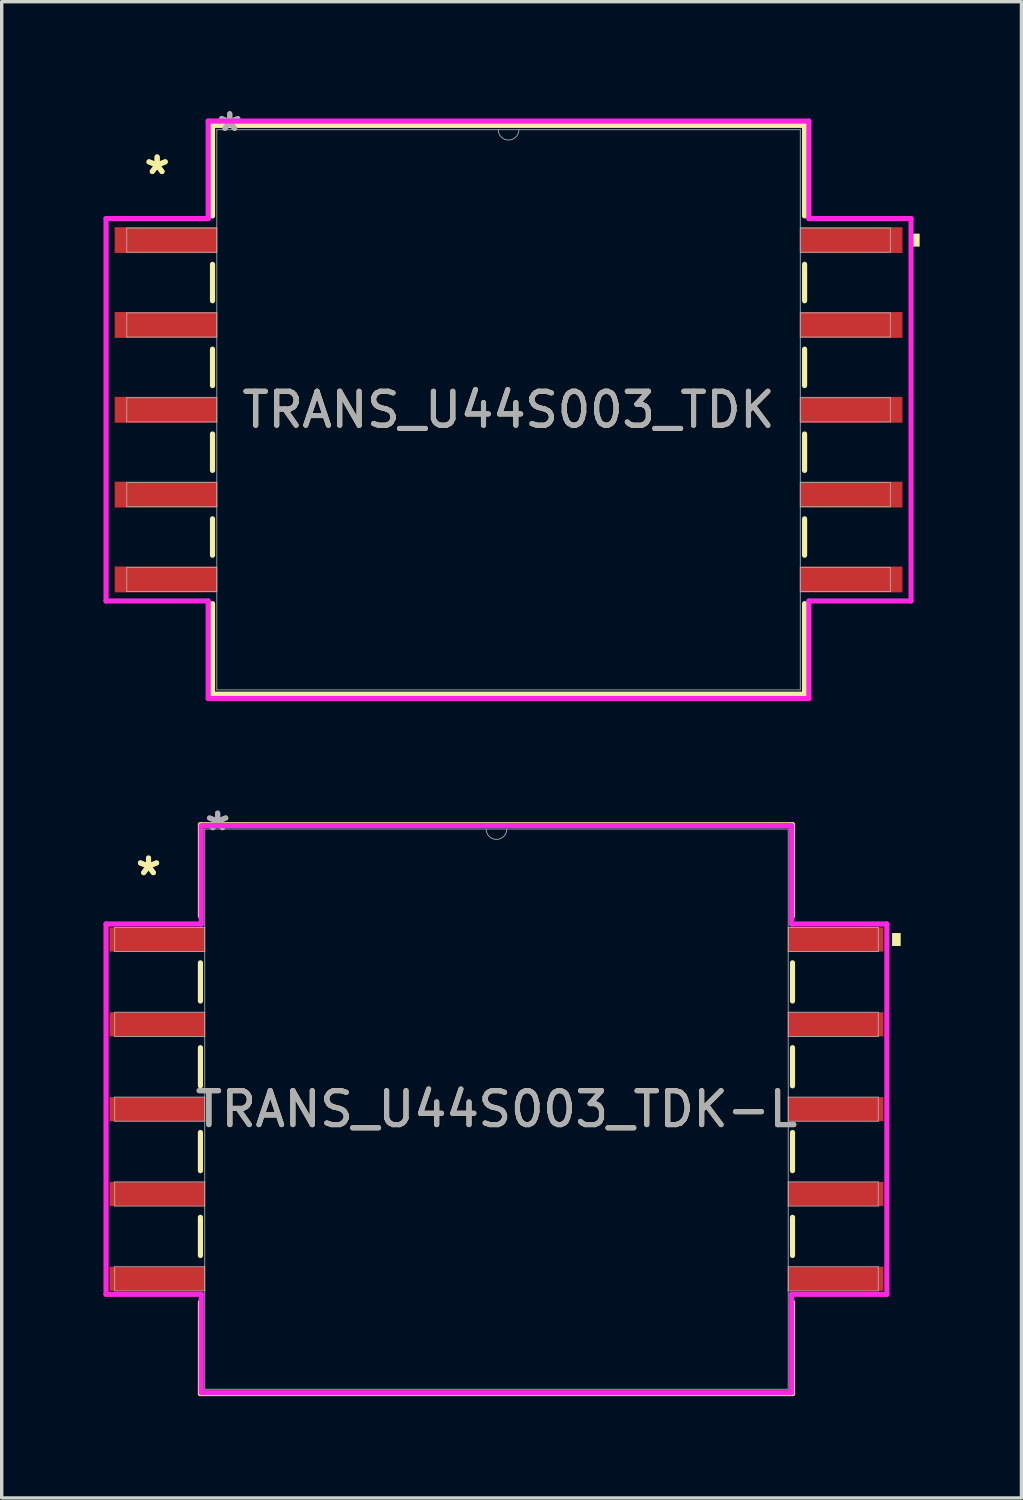
<source format=kicad_pcb>
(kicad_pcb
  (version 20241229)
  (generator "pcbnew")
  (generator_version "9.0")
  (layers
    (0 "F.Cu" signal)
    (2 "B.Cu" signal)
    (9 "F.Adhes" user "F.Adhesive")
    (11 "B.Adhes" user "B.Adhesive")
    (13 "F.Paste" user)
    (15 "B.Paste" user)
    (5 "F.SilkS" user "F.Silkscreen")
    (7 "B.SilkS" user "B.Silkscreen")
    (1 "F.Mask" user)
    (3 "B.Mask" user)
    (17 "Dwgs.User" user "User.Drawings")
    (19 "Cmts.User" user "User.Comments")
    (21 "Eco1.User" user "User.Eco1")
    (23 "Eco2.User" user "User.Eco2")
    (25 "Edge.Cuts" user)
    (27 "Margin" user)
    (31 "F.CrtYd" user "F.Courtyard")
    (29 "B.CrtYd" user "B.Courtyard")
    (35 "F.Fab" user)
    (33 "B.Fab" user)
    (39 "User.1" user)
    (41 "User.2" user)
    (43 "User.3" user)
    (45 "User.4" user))
  (footprint "TRANS_U44S003_TDK-L"
    (layer "F.Cu")
    (at 11.582 29.639)
    (property "Reference" "TRANS_U44S003_TDK-L" (at 0 0 0) (unlocked yes) (layer "F.SilkS") (effects (font (size 1 1) (thickness 0.15))))
    (attr smd)
    (fp_line (start -8.725 -8.382) (end -8.725 -5.688) (stroke (width 0.152) (type solid)) (layer "F.SilkS"))
    (fp_line (start -8.725 -4.312) (end -8.725 -3.188) (stroke (width 0.152) (type solid)) (layer "F.SilkS"))
    (fp_line (start -8.725 -1.812) (end -8.725 -0.688) (stroke (width 0.152) (type solid)) (layer "F.SilkS"))
    (fp_line (start -8.725 0.688) (end -8.725 1.812) (stroke (width 0.152) (type solid)) (layer "F.SilkS"))
    (fp_line (start -8.725 3.188) (end -8.725 4.312) (stroke (width 0.152) (type solid)) (layer "F.SilkS"))
    (fp_line (start -8.725 5.688) (end -8.725 8.382) (stroke (width 0.152) (type solid)) (layer "F.SilkS"))
    (fp_line (start -8.725 8.382) (end 8.725 8.382) (stroke (width 0.152) (type solid)) (layer "F.SilkS"))
    (fp_line (start 8.725 -8.382) (end -8.725 -8.382) (stroke (width 0.152) (type solid)) (layer "F.SilkS"))
    (fp_line (start 8.725 -5.688) (end 8.725 -8.382) (stroke (width 0.152) (type solid)) (layer "F.SilkS"))
    (fp_line (start 8.725 -3.188) (end 8.725 -4.312) (stroke (width 0.152) (type solid)) (layer "F.SilkS"))
    (fp_line (start 8.725 -0.688) (end 8.725 -1.812) (stroke (width 0.152) (type solid)) (layer "F.SilkS"))
    (fp_line (start 8.725 1.812) (end 8.725 0.688) (stroke (width 0.152) (type solid)) (layer "F.SilkS"))
    (fp_line (start 8.725 4.312) (end 8.725 3.188) (stroke (width 0.152) (type solid)) (layer "F.SilkS"))
    (fp_line (start 8.725 8.382) (end 8.725 5.688) (stroke (width 0.152) (type solid)) (layer "F.SilkS"))
    (fp_poly (pts (xy 11.913 -5.191) (xy 11.913 -4.809) (xy 11.659 -4.809) (xy 11.659 -5.191)) (stroke (width 0) (type solid)) (fill yes) (layer "F.SilkS"))
    (fp_line (start -11.506 -5.457) (end -8.7 -5.457) (stroke (width 0.152) (type solid)) (layer "F.CrtYd"))
    (fp_line (start -11.506 5.457) (end -11.506 -5.457) (stroke (width 0.152) (type solid)) (layer "F.CrtYd"))
    (fp_line (start -11.506 5.457) (end -8.7 5.457) (stroke (width 0.152) (type solid)) (layer "F.CrtYd"))
    (fp_line (start -8.7 -8.357) (end 8.7 -8.357) (stroke (width 0.152) (type solid)) (layer "F.CrtYd"))
    (fp_line (start -8.7 -5.457) (end -8.7 -8.357) (stroke (width 0.152) (type solid)) (layer "F.CrtYd"))
    (fp_line (start -8.7 8.357) (end -8.7 5.457) (stroke (width 0.152) (type solid)) (layer "F.CrtYd"))
    (fp_line (start 8.7 -8.357) (end 8.7 -5.457) (stroke (width 0.152) (type solid)) (layer "F.CrtYd"))
    (fp_line (start 8.7 5.457) (end 8.7 8.357) (stroke (width 0.152) (type solid)) (layer "F.CrtYd"))
    (fp_line (start 8.7 8.357) (end -8.7 8.357) (stroke (width 0.152) (type solid)) (layer "F.CrtYd"))
    (fp_line (start 11.506 -5.457) (end 8.7 -5.457) (stroke (width 0.152) (type solid)) (layer "F.CrtYd"))
    (fp_line (start 11.506 -5.457) (end 11.506 5.457) (stroke (width 0.152) (type solid)) (layer "F.CrtYd"))
    (fp_line (start 11.506 5.457) (end 8.7 5.457) (stroke (width 0.152) (type solid)) (layer "F.CrtYd"))
    (fp_line (start -11.252 -5.356) (end -11.252 -4.644) (stroke (width 0.025) (type solid)) (layer "F.Fab"))
    (fp_line (start -11.252 -4.644) (end -8.598 -4.644) (stroke (width 0.025) (type solid)) (layer "F.Fab"))
    (fp_line (start -11.252 -2.856) (end -11.252 -2.144) (stroke (width 0.025) (type solid)) (layer "F.Fab"))
    (fp_line (start -11.252 -2.144) (end -8.598 -2.144) (stroke (width 0.025) (type solid)) (layer "F.Fab"))
    (fp_line (start -11.252 -0.356) (end -11.252 0.356) (stroke (width 0.025) (type solid)) (layer "F.Fab"))
    (fp_line (start -11.252 0.356) (end -8.598 0.356) (stroke (width 0.025) (type solid)) (layer "F.Fab"))
    (fp_line (start -11.252 2.144) (end -11.252 2.856) (stroke (width 0.025) (type solid)) (layer "F.Fab"))
    (fp_line (start -11.252 2.856) (end -8.598 2.856) (stroke (width 0.025) (type solid)) (layer "F.Fab"))
    (fp_line (start -11.252 4.644) (end -11.252 5.356) (stroke (width 0.025) (type solid)) (layer "F.Fab"))
    (fp_line (start -11.252 5.356) (end -8.598 5.356) (stroke (width 0.025) (type solid)) (layer "F.Fab"))
    (fp_line (start -8.598 -8.255) (end -8.598 8.255) (stroke (width 0.025) (type solid)) (layer "F.Fab"))
    (fp_line (start -8.598 -5.356) (end -11.252 -5.356) (stroke (width 0.025) (type solid)) (layer "F.Fab"))
    (fp_line (start -8.598 -4.644) (end -8.598 -5.356) (stroke (width 0.025) (type solid)) (layer "F.Fab"))
    (fp_line (start -8.598 -2.856) (end -11.252 -2.856) (stroke (width 0.025) (type solid)) (layer "F.Fab"))
    (fp_line (start -8.598 -2.144) (end -8.598 -2.856) (stroke (width 0.025) (type solid)) (layer "F.Fab"))
    (fp_line (start -8.598 -0.356) (end -11.252 -0.356) (stroke (width 0.025) (type solid)) (layer "F.Fab"))
    (fp_line (start -8.598 0.356) (end -8.598 -0.356) (stroke (width 0.025) (type solid)) (layer "F.Fab"))
    (fp_line (start -8.598 2.144) (end -11.252 2.144) (stroke (width 0.025) (type solid)) (layer "F.Fab"))
    (fp_line (start -8.598 2.856) (end -8.598 2.144) (stroke (width 0.025) (type solid)) (layer "F.Fab"))
    (fp_line (start -8.598 4.644) (end -11.252 4.644) (stroke (width 0.025) (type solid)) (layer "F.Fab"))
    (fp_line (start -8.598 5.356) (end -8.598 4.644) (stroke (width 0.025) (type solid)) (layer "F.Fab"))
    (fp_line (start -8.598 8.255) (end 8.598 8.255) (stroke (width 0.025) (type solid)) (layer "F.Fab"))
    (fp_line (start 8.598 -8.255) (end -8.598 -8.255) (stroke (width 0.025) (type solid)) (layer "F.Fab"))
    (fp_line (start 8.598 -5.356) (end 8.598 -4.644) (stroke (width 0.025) (type solid)) (layer "F.Fab"))
    (fp_line (start 8.598 -4.644) (end 11.252 -4.644) (stroke (width 0.025) (type solid)) (layer "F.Fab"))
    (fp_line (start 8.598 -2.856) (end 8.598 -2.144) (stroke (width 0.025) (type solid)) (layer "F.Fab"))
    (fp_line (start 8.598 -2.144) (end 11.252 -2.144) (stroke (width 0.025) (type solid)) (layer "F.Fab"))
    (fp_line (start 8.598 -0.356) (end 8.598 0.356) (stroke (width 0.025) (type solid)) (layer "F.Fab"))
    (fp_line (start 8.598 0.356) (end 11.252 0.356) (stroke (width 0.025) (type solid)) (layer "F.Fab"))
    (fp_line (start 8.598 2.144) (end 8.598 2.856) (stroke (width 0.025) (type solid)) (layer "F.Fab"))
    (fp_line (start 8.598 2.856) (end 11.252 2.856) (stroke (width 0.025) (type solid)) (layer "F.Fab"))
    (fp_line (start 8.598 4.644) (end 8.598 5.356) (stroke (width 0.025) (type solid)) (layer "F.Fab"))
    (fp_line (start 8.598 5.356) (end 11.252 5.356) (stroke (width 0.025) (type solid)) (layer "F.Fab"))
    (fp_line (start 8.598 8.255) (end 8.598 -8.255) (stroke (width 0.025) (type solid)) (layer "F.Fab"))
    (fp_line (start 11.252 -5.356) (end 8.598 -5.356) (stroke (width 0.025) (type solid)) (layer "F.Fab"))
    (fp_line (start 11.252 -4.644) (end 11.252 -5.356) (stroke (width 0.025) (type solid)) (layer "F.Fab"))
    (fp_line (start 11.252 -2.856) (end 8.598 -2.856) (stroke (width 0.025) (type solid)) (layer "F.Fab"))
    (fp_line (start 11.252 -2.144) (end 11.252 -2.856) (stroke (width 0.025) (type solid)) (layer "F.Fab"))
    (fp_line (start 11.252 -0.356) (end 8.598 -0.356) (stroke (width 0.025) (type solid)) (layer "F.Fab"))
    (fp_line (start 11.252 0.356) (end 11.252 -0.356) (stroke (width 0.025) (type solid)) (layer "F.Fab"))
    (fp_line (start 11.252 2.144) (end 8.598 2.144) (stroke (width 0.025) (type solid)) (layer "F.Fab"))
    (fp_line (start 11.252 2.856) (end 11.252 2.144) (stroke (width 0.025) (type solid)) (layer "F.Fab"))
    (fp_line (start 11.252 4.644) (end 8.598 4.644) (stroke (width 0.025) (type solid)) (layer "F.Fab"))
    (fp_line (start 11.252 5.356) (end 11.252 4.644) (stroke (width 0.025) (type solid)) (layer "F.Fab"))
    (fp_arc (start 0.3048 -8.255) (mid 0 -7.9502) (end -0.3048 -8.255) (stroke (width 0.0254) (type solid)) (layer "F.Fab"))
    (fp_text user "*" (at -10.255 -6.854 0) (layer "F.SilkS") (effects (font (size 1 1) (thickness 0.15))))
    (fp_text user "*" (at -10.255 -6.854 0) (unlocked yes) (layer "F.SilkS") (effects (font (size 1 1) (thickness 0.15))))
    (fp_text user "${REFERENCE}" (at 0 0 0) (unlocked yes) (layer "F.Fab") (effects (font (size 1 1) (thickness 0.15))))
    (fp_text user "*" (at -8.217 -8.179 0) (layer "F.Fab") (effects (font (size 1 1) (thickness 0.15))))
    (fp_text user "*" (at -8.217 -8.179 0) (unlocked yes) (layer "F.Fab") (effects (font (size 1 1) (thickness 0.15))))
    (pad "1" smd rect (at -10.001 -5) (size 2.807 0.711) (layers "F.Cu" "F.Mask" "F.Paste"))
    (pad "2" smd rect (at -10.001 -2.5) (size 2.807 0.711) (layers "F.Cu" "F.Mask" "F.Paste"))
    (pad "3" smd rect (at -10.001 0) (size 2.807 0.711) (layers "F.Cu" "F.Mask" "F.Paste"))
    (pad "4" smd rect (at -10.001 2.5) (size 2.807 0.711) (layers "F.Cu" "F.Mask" "F.Paste"))
    (pad "5" smd rect (at -10.001 5) (size 2.807 0.711) (layers "F.Cu" "F.Mask" "F.Paste"))
    (pad "6" smd rect (at 10.001 5) (size 2.807 0.711) (layers "F.Cu" "F.Mask" "F.Paste"))
    (pad "7" smd rect (at 10.001 2.5) (size 2.807 0.711) (layers "F.Cu" "F.Mask" "F.Paste"))
    (pad "8" smd rect (at 10.001 0) (size 2.807 0.711) (layers "F.Cu" "F.Mask" "F.Paste"))
    (pad "9" smd rect (at 10.001 -2.5) (size 2.807 0.711) (layers "F.Cu" "F.Mask" "F.Paste"))
    (pad "10" smd rect (at 10.001 -5) (size 2.807 0.711) (layers "F.Cu" "F.Mask" "F.Paste")))
  (footprint "TRANS_U44S003_TDK"
    (layer "F.Cu")
    (at 11.938 9.027)
    (property "Reference" "TRANS_U44S003_TDK" (at 0 0 0) (unlocked yes) (layer "F.SilkS") (effects (font (size 1 1) (thickness 0.15))))
    (attr smd)
    (fp_line (start -8.725 -8.382) (end -8.725 -5.714) (stroke (width 0.152) (type solid)) (layer "F.SilkS"))
    (fp_line (start -8.725 -4.286) (end -8.725 -3.214) (stroke (width 0.152) (type solid)) (layer "F.SilkS"))
    (fp_line (start -8.725 -1.786) (end -8.725 -0.714) (stroke (width 0.152) (type solid)) (layer "F.SilkS"))
    (fp_line (start -8.725 0.714) (end -8.725 1.786) (stroke (width 0.152) (type solid)) (layer "F.SilkS"))
    (fp_line (start -8.725 3.214) (end -8.725 4.286) (stroke (width 0.152) (type solid)) (layer "F.SilkS"))
    (fp_line (start -8.725 5.714) (end -8.725 8.382) (stroke (width 0.152) (type solid)) (layer "F.SilkS"))
    (fp_line (start -8.725 8.382) (end 8.725 8.382) (stroke (width 0.152) (type solid)) (layer "F.SilkS"))
    (fp_line (start 8.725 -8.382) (end -8.725 -8.382) (stroke (width 0.152) (type solid)) (layer "F.SilkS"))
    (fp_line (start 8.725 -5.714) (end 8.725 -8.382) (stroke (width 0.152) (type solid)) (layer "F.SilkS"))
    (fp_line (start 8.725 -3.214) (end 8.725 -4.286) (stroke (width 0.152) (type solid)) (layer "F.SilkS"))
    (fp_line (start 8.725 -0.714) (end 8.725 -1.786) (stroke (width 0.152) (type solid)) (layer "F.SilkS"))
    (fp_line (start 8.725 1.786) (end 8.725 0.714) (stroke (width 0.152) (type solid)) (layer "F.SilkS"))
    (fp_line (start 8.725 4.286) (end 8.725 3.214) (stroke (width 0.152) (type solid)) (layer "F.SilkS"))
    (fp_line (start 8.725 8.382) (end 8.725 5.714) (stroke (width 0.152) (type solid)) (layer "F.SilkS"))
    (fp_poly (pts (xy 12.116 -5.191) (xy 12.116 -4.809) (xy 11.862 -4.809) (xy 11.862 -5.191)) (stroke (width 0) (type solid)) (fill yes) (layer "F.SilkS"))
    (fp_line (start -11.862 -5.635) (end -8.852 -5.635) (stroke (width 0.152) (type solid)) (layer "F.CrtYd"))
    (fp_line (start -11.862 5.635) (end -11.862 -5.635) (stroke (width 0.152) (type solid)) (layer "F.CrtYd"))
    (fp_line (start -11.862 5.635) (end -8.852 5.635) (stroke (width 0.152) (type solid)) (layer "F.CrtYd"))
    (fp_line (start -8.852 -8.509) (end 8.852 -8.509) (stroke (width 0.152) (type solid)) (layer "F.CrtYd"))
    (fp_line (start -8.852 -5.635) (end -8.852 -8.509) (stroke (width 0.152) (type solid)) (layer "F.CrtYd"))
    (fp_line (start -8.852 8.509) (end -8.852 5.635) (stroke (width 0.152) (type solid)) (layer "F.CrtYd"))
    (fp_line (start 8.852 -8.509) (end 8.852 -5.635) (stroke (width 0.152) (type solid)) (layer "F.CrtYd"))
    (fp_line (start 8.852 5.635) (end 8.852 8.509) (stroke (width 0.152) (type solid)) (layer "F.CrtYd"))
    (fp_line (start 8.852 8.509) (end -8.852 8.509) (stroke (width 0.152) (type solid)) (layer "F.CrtYd"))
    (fp_line (start 11.862 -5.635) (end 8.852 -5.635) (stroke (width 0.152) (type solid)) (layer "F.CrtYd"))
    (fp_line (start 11.862 -5.635) (end 11.862 5.635) (stroke (width 0.152) (type solid)) (layer "F.CrtYd"))
    (fp_line (start 11.862 5.635) (end 8.852 5.635) (stroke (width 0.152) (type solid)) (layer "F.CrtYd"))
    (fp_line (start -11.252 -5.356) (end -11.252 -4.644) (stroke (width 0.025) (type solid)) (layer "F.Fab"))
    (fp_line (start -11.252 -4.644) (end -8.598 -4.644) (stroke (width 0.025) (type solid)) (layer "F.Fab"))
    (fp_line (start -11.252 -2.856) (end -11.252 -2.144) (stroke (width 0.025) (type solid)) (layer "F.Fab"))
    (fp_line (start -11.252 -2.144) (end -8.598 -2.144) (stroke (width 0.025) (type solid)) (layer "F.Fab"))
    (fp_line (start -11.252 -0.356) (end -11.252 0.356) (stroke (width 0.025) (type solid)) (layer "F.Fab"))
    (fp_line (start -11.252 0.356) (end -8.598 0.356) (stroke (width 0.025) (type solid)) (layer "F.Fab"))
    (fp_line (start -11.252 2.144) (end -11.252 2.856) (stroke (width 0.025) (type solid)) (layer "F.Fab"))
    (fp_line (start -11.252 2.856) (end -8.598 2.856) (stroke (width 0.025) (type solid)) (layer "F.Fab"))
    (fp_line (start -11.252 4.644) (end -11.252 5.356) (stroke (width 0.025) (type solid)) (layer "F.Fab"))
    (fp_line (start -11.252 5.356) (end -8.598 5.356) (stroke (width 0.025) (type solid)) (layer "F.Fab"))
    (fp_line (start -8.598 -8.255) (end -8.598 8.255) (stroke (width 0.025) (type solid)) (layer "F.Fab"))
    (fp_line (start -8.598 -5.356) (end -11.252 -5.356) (stroke (width 0.025) (type solid)) (layer "F.Fab"))
    (fp_line (start -8.598 -4.644) (end -8.598 -5.356) (stroke (width 0.025) (type solid)) (layer "F.Fab"))
    (fp_line (start -8.598 -2.856) (end -11.252 -2.856) (stroke (width 0.025) (type solid)) (layer "F.Fab"))
    (fp_line (start -8.598 -2.144) (end -8.598 -2.856) (stroke (width 0.025) (type solid)) (layer "F.Fab"))
    (fp_line (start -8.598 -0.356) (end -11.252 -0.356) (stroke (width 0.025) (type solid)) (layer "F.Fab"))
    (fp_line (start -8.598 0.356) (end -8.598 -0.356) (stroke (width 0.025) (type solid)) (layer "F.Fab"))
    (fp_line (start -8.598 2.144) (end -11.252 2.144) (stroke (width 0.025) (type solid)) (layer "F.Fab"))
    (fp_line (start -8.598 2.856) (end -8.598 2.144) (stroke (width 0.025) (type solid)) (layer "F.Fab"))
    (fp_line (start -8.598 4.644) (end -11.252 4.644) (stroke (width 0.025) (type solid)) (layer "F.Fab"))
    (fp_line (start -8.598 5.356) (end -8.598 4.644) (stroke (width 0.025) (type solid)) (layer "F.Fab"))
    (fp_line (start -8.598 8.255) (end 8.598 8.255) (stroke (width 0.025) (type solid)) (layer "F.Fab"))
    (fp_line (start 8.598 -8.255) (end -8.598 -8.255) (stroke (width 0.025) (type solid)) (layer "F.Fab"))
    (fp_line (start 8.598 -5.356) (end 8.598 -4.644) (stroke (width 0.025) (type solid)) (layer "F.Fab"))
    (fp_line (start 8.598 -4.644) (end 11.252 -4.644) (stroke (width 0.025) (type solid)) (layer "F.Fab"))
    (fp_line (start 8.598 -2.856) (end 8.598 -2.144) (stroke (width 0.025) (type solid)) (layer "F.Fab"))
    (fp_line (start 8.598 -2.144) (end 11.252 -2.144) (stroke (width 0.025) (type solid)) (layer "F.Fab"))
    (fp_line (start 8.598 -0.356) (end 8.598 0.356) (stroke (width 0.025) (type solid)) (layer "F.Fab"))
    (fp_line (start 8.598 0.356) (end 11.252 0.356) (stroke (width 0.025) (type solid)) (layer "F.Fab"))
    (fp_line (start 8.598 2.144) (end 8.598 2.856) (stroke (width 0.025) (type solid)) (layer "F.Fab"))
    (fp_line (start 8.598 2.856) (end 11.252 2.856) (stroke (width 0.025) (type solid)) (layer "F.Fab"))
    (fp_line (start 8.598 4.644) (end 8.598 5.356) (stroke (width 0.025) (type solid)) (layer "F.Fab"))
    (fp_line (start 8.598 5.356) (end 11.252 5.356) (stroke (width 0.025) (type solid)) (layer "F.Fab"))
    (fp_line (start 8.598 8.255) (end 8.598 -8.255) (stroke (width 0.025) (type solid)) (layer "F.Fab"))
    (fp_line (start 11.252 -5.356) (end 8.598 -5.356) (stroke (width 0.025) (type solid)) (layer "F.Fab"))
    (fp_line (start 11.252 -4.644) (end 11.252 -5.356) (stroke (width 0.025) (type solid)) (layer "F.Fab"))
    (fp_line (start 11.252 -2.856) (end 8.598 -2.856) (stroke (width 0.025) (type solid)) (layer "F.Fab"))
    (fp_line (start 11.252 -2.144) (end 11.252 -2.856) (stroke (width 0.025) (type solid)) (layer "F.Fab"))
    (fp_line (start 11.252 -0.356) (end 8.598 -0.356) (stroke (width 0.025) (type solid)) (layer "F.Fab"))
    (fp_line (start 11.252 0.356) (end 11.252 -0.356) (stroke (width 0.025) (type solid)) (layer "F.Fab"))
    (fp_line (start 11.252 2.144) (end 8.598 2.144) (stroke (width 0.025) (type solid)) (layer "F.Fab"))
    (fp_line (start 11.252 2.856) (end 11.252 2.144) (stroke (width 0.025) (type solid)) (layer "F.Fab"))
    (fp_line (start 11.252 4.644) (end 8.598 4.644) (stroke (width 0.025) (type solid)) (layer "F.Fab"))
    (fp_line (start 11.252 5.356) (end 11.252 4.644) (stroke (width 0.025) (type solid)) (layer "F.Fab"))
    (fp_arc (start 0.3048 -8.255) (mid 0 -7.9502) (end -0.3048 -8.255) (stroke (width 0.0254) (type solid)) (layer "F.Fab"))
    (fp_text user "*" (at -10.357 -6.905 0) (layer "F.SilkS") (effects (font (size 1 1) (thickness 0.15))))
    (fp_text user "*" (at -10.357 -6.905 0) (unlocked yes) (layer "F.SilkS") (effects (font (size 1 1) (thickness 0.15))))
    (fp_text user "*" (at -8.217 -8.179 0) (unlocked yes) (layer "F.Fab") (effects (font (size 1 1) (thickness 0.15))))
    (fp_text user "*" (at -8.217 -8.179 0) (layer "F.Fab") (effects (font (size 1 1) (thickness 0.15))))
    (fp_text user "${REFERENCE}" (at 0 0 0) (unlocked yes) (layer "F.Fab") (effects (font (size 1 1) (thickness 0.15))))
    (pad "1" smd rect (at -10.103 -5) (size 3.01 0.762) (layers "F.Cu" "F.Mask" "F.Paste"))
    (pad "2" smd rect (at -10.103 -2.5) (size 3.01 0.762) (layers "F.Cu" "F.Mask" "F.Paste"))
    (pad "3" smd rect (at -10.103 0) (size 3.01 0.762) (layers "F.Cu" "F.Mask" "F.Paste"))
    (pad "4" smd rect (at -10.103 2.5) (size 3.01 0.762) (layers "F.Cu" "F.Mask" "F.Paste"))
    (pad "5" smd rect (at -10.103 5) (size 3.01 0.762) (layers "F.Cu" "F.Mask" "F.Paste"))
    (pad "6" smd rect (at 10.103 5) (size 3.01 0.762) (layers "F.Cu" "F.Mask" "F.Paste"))
    (pad "7" smd rect (at 10.103 2.5) (size 3.01 0.762) (layers "F.Cu" "F.Mask" "F.Paste"))
    (pad "8" smd rect (at 10.103 0) (size 3.01 0.762) (layers "F.Cu" "F.Mask" "F.Paste"))
    (pad "9" smd rect (at 10.103 -2.5) (size 3.01 0.762) (layers "F.Cu" "F.Mask" "F.Paste"))
    (pad "10" smd rect (at 10.103 -5) (size 3.01 0.762) (layers "F.Cu" "F.Mask" "F.Paste")))
  (gr_rect
    (start -3 -3)
    (end 27.054 41.097)
    (stroke (width 0.1) (type default))
    (fill no)
    (layer "Edge.Cuts")))
</source>
